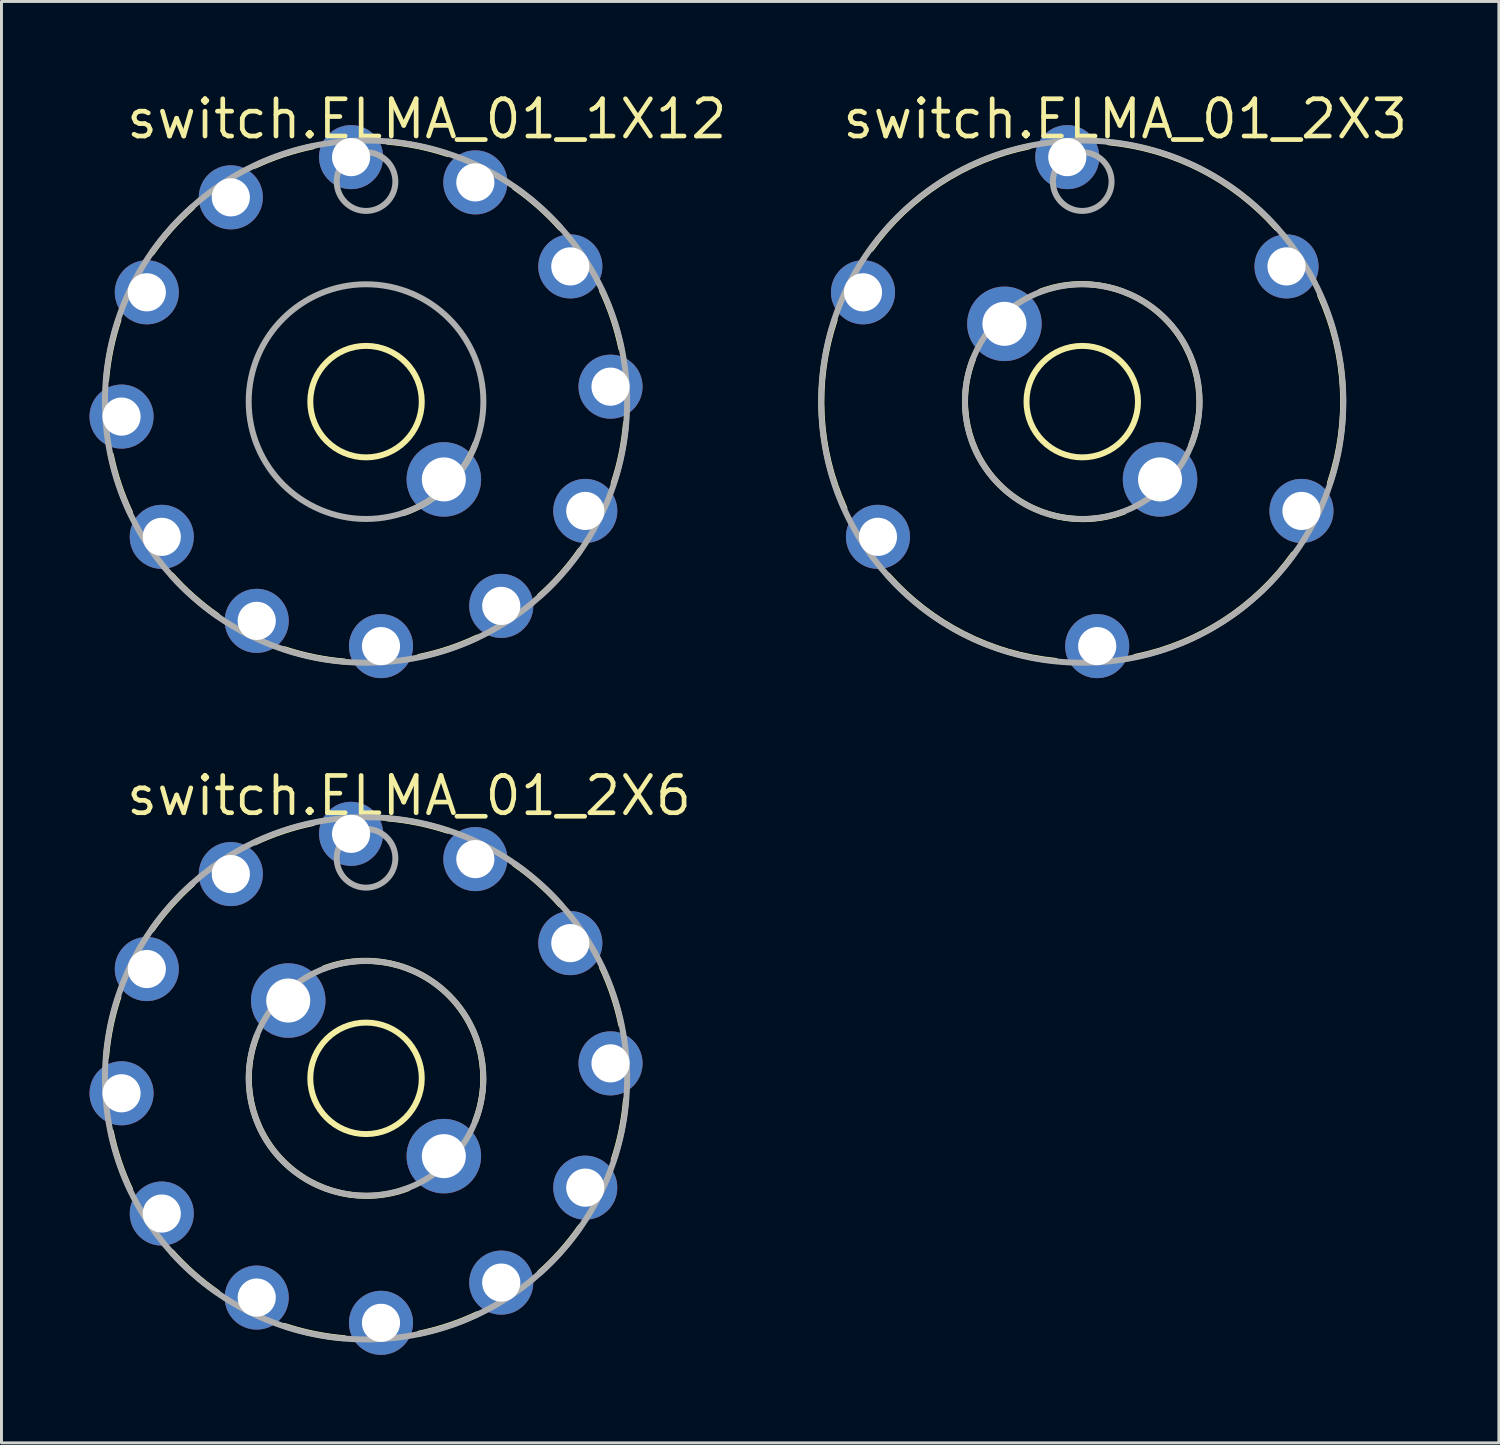
<source format=kicad_pcb>
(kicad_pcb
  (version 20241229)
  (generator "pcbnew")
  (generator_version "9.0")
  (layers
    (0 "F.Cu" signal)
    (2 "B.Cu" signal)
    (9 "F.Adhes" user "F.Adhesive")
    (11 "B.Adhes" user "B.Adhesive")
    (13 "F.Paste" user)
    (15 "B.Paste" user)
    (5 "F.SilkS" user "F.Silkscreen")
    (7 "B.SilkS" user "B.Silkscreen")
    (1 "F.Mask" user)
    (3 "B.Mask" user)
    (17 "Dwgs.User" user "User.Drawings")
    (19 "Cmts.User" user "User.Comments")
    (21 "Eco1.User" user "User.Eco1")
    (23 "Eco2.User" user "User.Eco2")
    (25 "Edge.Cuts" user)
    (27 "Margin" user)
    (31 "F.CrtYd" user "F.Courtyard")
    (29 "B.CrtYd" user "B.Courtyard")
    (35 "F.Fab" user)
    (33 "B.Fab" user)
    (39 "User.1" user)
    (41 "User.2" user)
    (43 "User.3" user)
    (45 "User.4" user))
  (footprint "switch.ELMA_01_2X3"
    (layer "F.Cu")
    (at 33.84 10.64)
    (property "Reference" "switch.ELMA_01_2X3" (at -8.255 -8.89 0) (layer "F.SilkS") (effects (font (size 1.27 1.27) (thickness 0.16)) (justify left bottom)))
    (attr through_hole)
    (fp_arc (start -8.1094 3.63) (mid -8.881614 0.459131) (end -8.4437 -2.7749) (stroke (width 0.2032) (type default)) (layer "F.SilkS"))
    (fp_arc (start -7.1983 -5.2079) (mid -4.838382 -7.462099) (end -1.8187 -8.6999) (stroke (width 0.2032) (type default)) (layer "F.SilkS"))
    (fp_arc (start -1.425 -3.75) (mid 2.833897 -2.817706) (end 3.725 1.45) (stroke (width 0.2032) (type default)) (layer "F.SilkS"))
    (fp_arc (start -0.911 8.8379) (mid -4.043129 7.921237) (end -6.6249 5.925) (stroke (width 0.2032) (type default)) (layer "F.SilkS"))
    (fp_arc (start 0.911 -8.8379) (mid 4.043129 -7.921237) (end 6.6249 -5.925) (stroke (width 0.2032) (type default)) (layer "F.SilkS"))
    (fp_arc (start 1.425 3.75) (mid -2.833897 2.817706) (end -3.725 -1.45) (stroke (width 0.2032) (type default)) (layer "F.SilkS"))
    (fp_arc (start 7.1983 5.2079) (mid 4.838382 7.462099) (end 1.8187 8.6999) (stroke (width 0.2032) (type default)) (layer "F.SilkS"))
    (fp_arc (start 8.1094 -3.63) (mid 8.881614 -0.459131) (end 8.4437 2.7749) (stroke (width 0.2032) (type default)) (layer "F.SilkS"))
    (fp_circle (center 0 0) (end 1.9 0) (stroke (width 0.203) (type default)) (fill no) (layer "F.SilkS"))
    (fp_circle (center 0 -7.5) (end 1 -7.5) (stroke (width 0.203) (type default)) (fill no) (layer "F.Fab"))
    (fp_circle (center 0 0) (end 4 0) (stroke (width 0.203) (type default)) (fill no) (layer "F.Fab"))
    (fp_circle (center 0 0) (end 8.9 0) (stroke (width 0.203) (type default)) (fill no) (layer "F.Fab"))
    (pad "1A" thru_hole circle (at -0.51 -8.334) (size 2.184 2.184) (drill 1.3) (layers "*.Cu" "*.Mask"))
    (pad "1B" thru_hole circle (at 0.51 8.334 180) (size 2.184 2.184) (drill 1.3) (layers "*.Cu" "*.Mask"))
    (pad "2A" thru_hole circle (at 6.963 -4.609 300) (size 2.184 2.184) (drill 1.3) (layers "*.Cu" "*.Mask"))
    (pad "2B" thru_hole circle (at -6.963 4.609 120) (size 2.184 2.184) (drill 1.3) (layers "*.Cu" "*.Mask"))
    (pad "3A" thru_hole circle (at 7.473 3.726 240) (size 2.184 2.184) (drill 1.3) (layers "*.Cu" "*.Mask"))
    (pad "3B" thru_hole circle (at -7.473 -3.726 60) (size 2.184 2.184) (drill 1.3) (layers "*.Cu" "*.Mask"))
    (pad "A" thru_hole circle (at -2.652 -2.652 90) (size 2.54 2.54) (drill 1.5) (layers "*.Cu" "*.Mask"))
    (pad "B" thru_hole circle (at 2.652 2.652 270) (size 2.54 2.54) (drill 1.5) (layers "*.Cu" "*.Mask")))
  (footprint "switch.ELMA_01_1X12"
    (layer "F.Cu")
    (at 9.427 10.64)
    (property "Reference" "switch.ELMA_01_1X12" (at -8.255 -8.89 0) (layer "F.SilkS") (effects (font (size 1.27 1.27) (thickness 0.16)) (justify left bottom)))
    (attr through_hole)
    (fp_arc (start -8.8594 -0.745) (mid -8.710827 -1.772089) (end -8.4437 -2.7749) (stroke (width 0.2032) (type default)) (layer "F.SilkS"))
    (fp_arc (start -8.045 3.7844) (mid -8.429848 2.820673) (end -8.6999 1.8187) (stroke (width 0.2032) (type default)) (layer "F.SilkS"))
    (fp_arc (start -7.3 -5.075) (mid -6.657761 -5.890151) (end -5.925 -6.625) (stroke (width 0.2032) (type default)) (layer "F.SilkS"))
    (fp_arc (start -5.075 7.3) (mid -5.890151 6.657762) (end -6.625 5.925) (stroke (width 0.2032) (type default)) (layer "F.SilkS"))
    (fp_arc (start -3.7844 -8.045) (mid -2.820673 -8.429848) (end -1.8187 -8.6999) (stroke (width 0.2032) (type default)) (layer "F.SilkS"))
    (fp_arc (start -0.745 8.8594) (mid -1.77209 8.710829) (end -2.7749 8.4437) (stroke (width 0.2032) (type default)) (layer "F.SilkS"))
    (fp_arc (start 0.745 -8.8594) (mid 1.77209 -8.710829) (end 2.7749 -8.4437) (stroke (width 0.2032) (type default)) (layer "F.SilkS"))
    (fp_arc (start 3.725 1.45) (mid 2.760673 2.896765) (end 1.275 3.8) (stroke (width 0.2032) (type default)) (layer "F.SilkS"))
    (fp_arc (start 3.7844 8.045) (mid 2.820673 8.429848) (end 1.8187 8.6999) (stroke (width 0.2032) (type default)) (layer "F.SilkS"))
    (fp_arc (start 5.075 -7.3) (mid 5.890152 -6.657762) (end 6.625 -5.925) (stroke (width 0.2032) (type default)) (layer "F.SilkS"))
    (fp_arc (start 7.3 5.075) (mid 6.657761 5.890151) (end 5.925 6.625) (stroke (width 0.2032) (type default)) (layer "F.SilkS"))
    (fp_arc (start 8.045 -3.7844) (mid 8.429848 -2.820673) (end 8.6999 -1.8187) (stroke (width 0.2032) (type default)) (layer "F.SilkS"))
    (fp_arc (start 8.8594 0.745) (mid 8.710827 1.772089) (end 8.4437 2.7749) (stroke (width 0.2032) (type default)) (layer "F.SilkS"))
    (fp_circle (center 0 0) (end 1.9 0) (stroke (width 0.203) (type default)) (fill no) (layer "F.SilkS"))
    (fp_circle (center 0 -7.5) (end 1 -7.5) (stroke (width 0.203) (type default)) (fill no) (layer "F.Fab"))
    (fp_circle (center 0 0) (end 4 0) (stroke (width 0.203) (type default)) (fill no) (layer "F.Fab"))
    (fp_circle (center 0 0) (end 8.9 0) (stroke (width 0.203) (type default)) (fill no) (layer "F.Fab"))
    (pad "1" thru_hole circle (at -0.51 -8.334) (size 2.184 2.184) (drill 1.3) (layers "*.Cu" "*.Mask"))
    (pad "2" thru_hole circle (at 3.726 -7.473 330) (size 2.184 2.184) (drill 1.3) (layers "*.Cu" "*.Mask"))
    (pad "3" thru_hole circle (at 6.963 -4.609 300) (size 2.184 2.184) (drill 1.3) (layers "*.Cu" "*.Mask"))
    (pad "4" thru_hole circle (at 8.334 -0.51 270) (size 2.184 2.184) (drill 1.3) (layers "*.Cu" "*.Mask"))
    (pad "5" thru_hole circle (at 7.473 3.726 240) (size 2.184 2.184) (drill 1.3) (layers "*.Cu" "*.Mask"))
    (pad "6" thru_hole circle (at 4.609 6.963 210) (size 2.184 2.184) (drill 1.3) (layers "*.Cu" "*.Mask"))
    (pad "7" thru_hole circle (at 0.51 8.334 180) (size 2.184 2.184) (drill 1.3) (layers "*.Cu" "*.Mask"))
    (pad "8" thru_hole circle (at -3.726 7.473 150) (size 2.184 2.184) (drill 1.3) (layers "*.Cu" "*.Mask"))
    (pad "9" thru_hole circle (at -6.963 4.609 120) (size 2.184 2.184) (drill 1.3) (layers "*.Cu" "*.Mask"))
    (pad "10" thru_hole circle (at -8.334 0.51 90) (size 2.184 2.184) (drill 1.3) (layers "*.Cu" "*.Mask"))
    (pad "11" thru_hole circle (at -7.473 -3.726 60) (size 2.184 2.184) (drill 1.3) (layers "*.Cu" "*.Mask"))
    (pad "12" thru_hole circle (at -4.609 -6.963 30) (size 2.184 2.184) (drill 1.3) (layers "*.Cu" "*.Mask"))
    (pad "A" thru_hole circle (at 2.652 2.652 270) (size 2.54 2.54) (drill 1.5) (layers "*.Cu" "*.Mask")))
  (footprint "switch.ELMA_01_2X6"
    (layer "F.Cu")
    (at 9.427 33.707)
    (property "Reference" "switch.ELMA_01_2X6" (at -8.255 -8.89 0) (layer "F.SilkS") (effects (font (size 1.27 1.27) (thickness 0.16)) (justify left bottom)))
    (attr through_hole)
    (fp_arc (start -8.8594 -0.745) (mid -8.710827 -1.772089) (end -8.4437 -2.7749) (stroke (width 0.2032) (type default)) (layer "F.SilkS"))
    (fp_arc (start -8.045 3.7844) (mid -8.429848 2.820673) (end -8.6999 1.8187) (stroke (width 0.2032) (type default)) (layer "F.SilkS"))
    (fp_arc (start -7.3 -5.075) (mid -6.657761 -5.890151) (end -5.925 -6.625) (stroke (width 0.2032) (type default)) (layer "F.SilkS"))
    (fp_arc (start -5.075 7.3) (mid -5.890152 6.657762) (end -6.625 5.925) (stroke (width 0.2032) (type default)) (layer "F.SilkS"))
    (fp_arc (start -3.7844 -8.045) (mid -2.820673 -8.429848) (end -1.8187 -8.6999) (stroke (width 0.2032) (type default)) (layer "F.SilkS"))
    (fp_arc (start -1.425 -3.75) (mid 2.833897 -2.817706) (end 3.725 1.45) (stroke (width 0.2032) (type default)) (layer "F.SilkS"))
    (fp_arc (start -0.745 8.8594) (mid -1.77209 8.710829) (end -2.7749 8.4437) (stroke (width 0.2032) (type default)) (layer "F.SilkS"))
    (fp_arc (start 0.745 -8.8594) (mid 1.77209 -8.710829) (end 2.7749 -8.4437) (stroke (width 0.2032) (type default)) (layer "F.SilkS"))
    (fp_arc (start 1.425 3.75) (mid -2.833897 2.817706) (end -3.725 -1.45) (stroke (width 0.2032) (type default)) (layer "F.SilkS"))
    (fp_arc (start 3.7844 8.045) (mid 2.820673 8.429848) (end 1.8187 8.6999) (stroke (width 0.2032) (type default)) (layer "F.SilkS"))
    (fp_arc (start 5.075 -7.3) (mid 5.890152 -6.657762) (end 6.625 -5.925) (stroke (width 0.2032) (type default)) (layer "F.SilkS"))
    (fp_arc (start 7.3 5.075) (mid 6.657761 5.890151) (end 5.925 6.625) (stroke (width 0.2032) (type default)) (layer "F.SilkS"))
    (fp_arc (start 8.045 -3.7844) (mid 8.429848 -2.820673) (end 8.6999 -1.8187) (stroke (width 0.2032) (type default)) (layer "F.SilkS"))
    (fp_arc (start 8.8594 0.745) (mid 8.710827 1.772089) (end 8.4437 2.7749) (stroke (width 0.2032) (type default)) (layer "F.SilkS"))
    (fp_circle (center 0 0) (end 1.9 0) (stroke (width 0.203) (type default)) (fill no) (layer "F.SilkS"))
    (fp_circle (center 0 -7.5) (end 1 -7.5) (stroke (width 0.203) (type default)) (fill no) (layer "F.Fab"))
    (fp_circle (center 0 0) (end 4 0) (stroke (width 0.203) (type default)) (fill no) (layer "F.Fab"))
    (fp_circle (center 0 0) (end 8.9 0) (stroke (width 0.203) (type default)) (fill no) (layer "F.Fab"))
    (pad "1A" thru_hole circle (at -4.609 -6.963 30) (size 2.184 2.184) (drill 1.3) (layers "*.Cu" "*.Mask"))
    (pad "1B" thru_hole circle (at 4.609 6.963 210) (size 2.184 2.184) (drill 1.3) (layers "*.Cu" "*.Mask"))
    (pad "2A" thru_hole circle (at -0.51 -8.334) (size 2.184 2.184) (drill 1.3) (layers "*.Cu" "*.Mask"))
    (pad "2B" thru_hole circle (at 0.51 8.334 180) (size 2.184 2.184) (drill 1.3) (layers "*.Cu" "*.Mask"))
    (pad "3A" thru_hole circle (at 3.726 -7.473 330) (size 2.184 2.184) (drill 1.3) (layers "*.Cu" "*.Mask"))
    (pad "3B" thru_hole circle (at -3.726 7.473 150) (size 2.184 2.184) (drill 1.3) (layers "*.Cu" "*.Mask"))
    (pad "4A" thru_hole circle (at 6.963 -4.609 300) (size 2.184 2.184) (drill 1.3) (layers "*.Cu" "*.Mask"))
    (pad "4B" thru_hole circle (at -6.963 4.609 120) (size 2.184 2.184) (drill 1.3) (layers "*.Cu" "*.Mask"))
    (pad "5A" thru_hole circle (at 8.334 -0.51 270) (size 2.184 2.184) (drill 1.3) (layers "*.Cu" "*.Mask"))
    (pad "5B" thru_hole circle (at -8.334 0.51 90) (size 2.184 2.184) (drill 1.3) (layers "*.Cu" "*.Mask"))
    (pad "6A" thru_hole circle (at 7.473 3.726 240) (size 2.184 2.184) (drill 1.3) (layers "*.Cu" "*.Mask"))
    (pad "6B" thru_hole circle (at -7.473 -3.726 60) (size 2.184 2.184) (drill 1.3) (layers "*.Cu" "*.Mask"))
    (pad "A" thru_hole circle (at -2.652 -2.652 90) (size 2.54 2.54) (drill 1.5) (layers "*.Cu" "*.Mask"))
    (pad "B" thru_hole circle (at 2.652 2.652 270) (size 2.54 2.54) (drill 1.5) (layers "*.Cu" "*.Mask")))
  (gr_rect
    (start -3 -3)
    (end 48.042 46.133)
    (stroke (width 0.1) (type default))
    (fill no)
    (layer "Edge.Cuts")))
</source>
